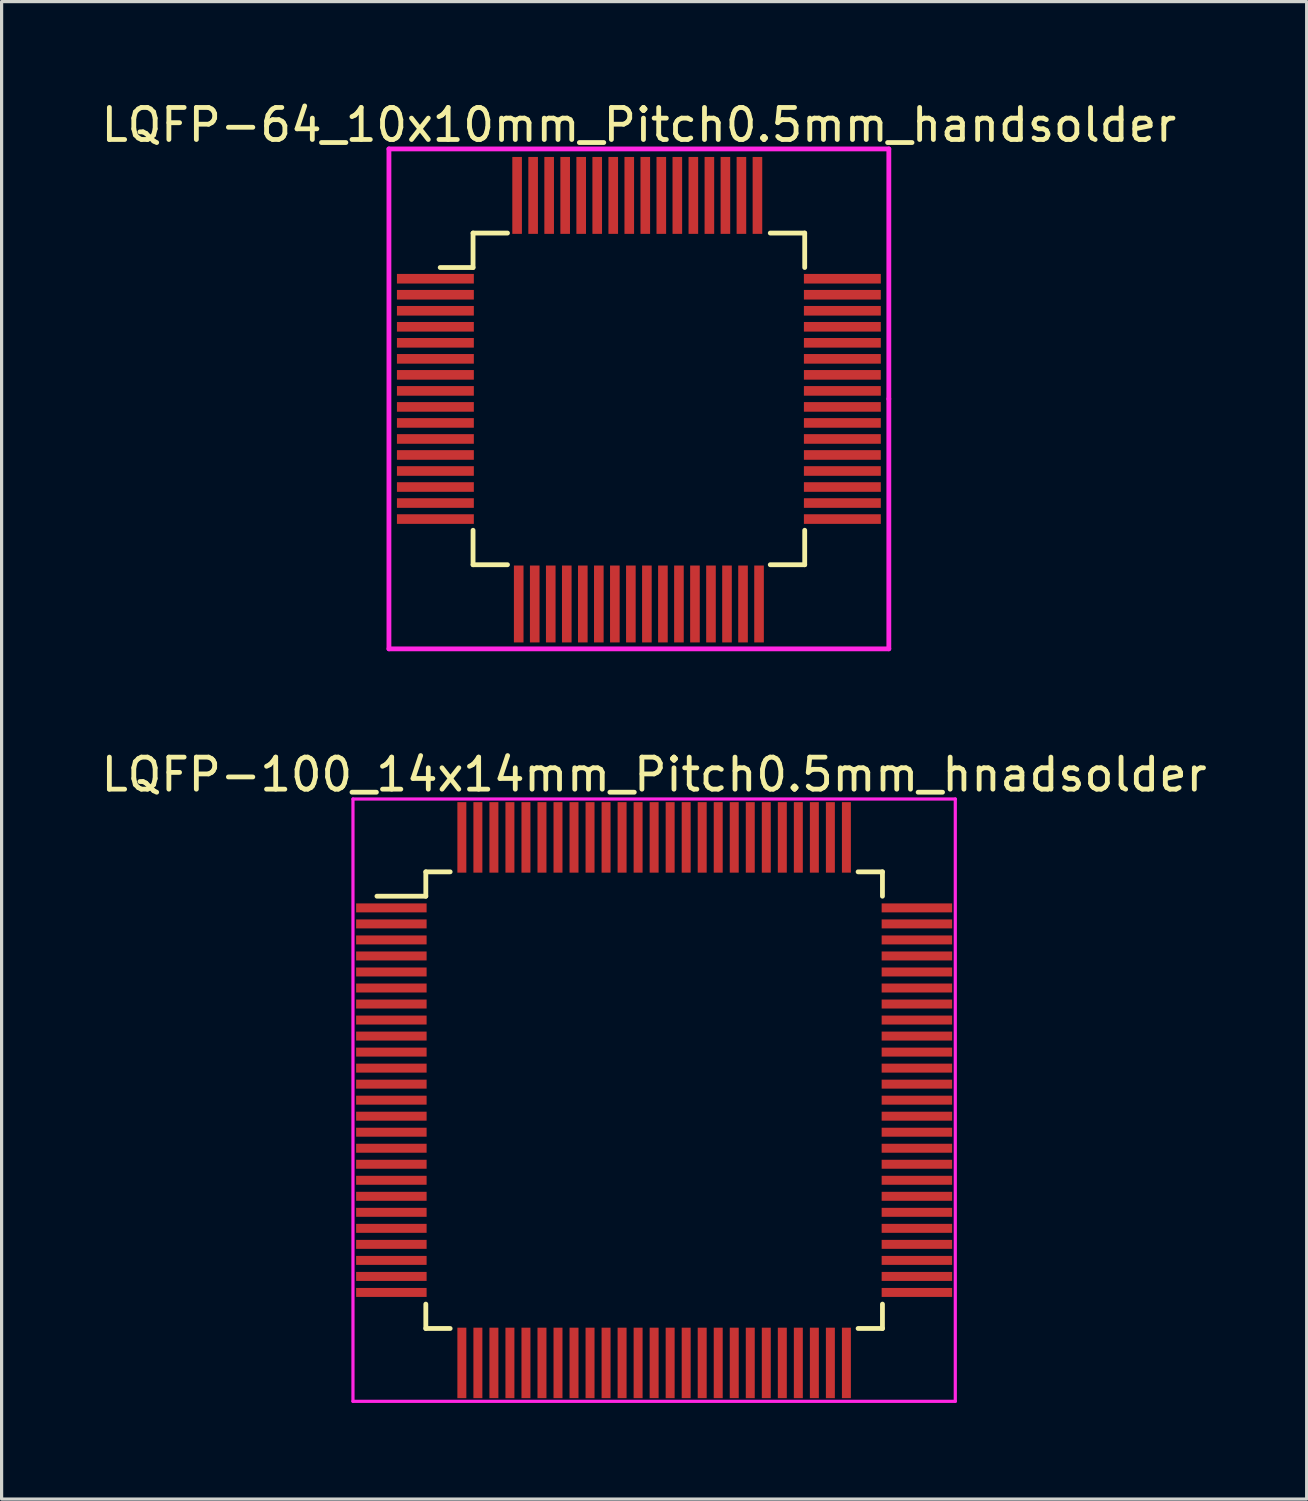
<source format=kicad_pcb>
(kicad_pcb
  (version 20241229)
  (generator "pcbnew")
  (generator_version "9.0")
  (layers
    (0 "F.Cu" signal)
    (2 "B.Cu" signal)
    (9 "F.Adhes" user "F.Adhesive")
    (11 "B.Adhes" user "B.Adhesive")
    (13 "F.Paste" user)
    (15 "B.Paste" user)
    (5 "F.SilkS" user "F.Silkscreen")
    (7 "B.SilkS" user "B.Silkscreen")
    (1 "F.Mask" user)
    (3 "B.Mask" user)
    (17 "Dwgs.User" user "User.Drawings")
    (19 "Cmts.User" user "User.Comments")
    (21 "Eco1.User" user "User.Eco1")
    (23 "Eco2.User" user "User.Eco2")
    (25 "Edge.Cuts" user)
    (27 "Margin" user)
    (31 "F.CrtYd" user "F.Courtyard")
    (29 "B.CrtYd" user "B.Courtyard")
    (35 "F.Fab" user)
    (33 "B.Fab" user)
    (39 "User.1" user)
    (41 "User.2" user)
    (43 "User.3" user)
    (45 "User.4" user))
  (footprint "LQFP-64_10x10mm_Pitch0.5mm_handsolder"
    (layer "F.Cu")
    (at 16.887 9.398)
    (property "Reference" "LQFP-64_10x10mm_Pitch0.5mm_handsolder" (at 0 -8.55 0) (layer "F.SilkS") (effects (font (size 1 1) (thickness 0.15))))
    (attr smd)
    (fp_line (start -5.175 -5.175) (end -5.175 -4.1) (stroke (width 0.15) (type solid)) (layer "F.SilkS"))
    (fp_line (start -5.175 -5.175) (end -4.1 -5.175) (stroke (width 0.15) (type solid)) (layer "F.SilkS"))
    (fp_line (start -5.175 -4.1) (end -6.2 -4.1) (stroke (width 0.15) (type solid)) (layer "F.SilkS"))
    (fp_line (start -5.175 5.175) (end -5.175 4.1) (stroke (width 0.15) (type solid)) (layer "F.SilkS"))
    (fp_line (start -5.175 5.175) (end -4.1 5.175) (stroke (width 0.15) (type solid)) (layer "F.SilkS"))
    (fp_line (start 5.175 -5.175) (end 4.1 -5.175) (stroke (width 0.15) (type solid)) (layer "F.SilkS"))
    (fp_line (start 5.175 -5.175) (end 5.175 -4.1) (stroke (width 0.15) (type solid)) (layer "F.SilkS"))
    (fp_line (start 5.175 5.175) (end 4.1 5.175) (stroke (width 0.15) (type solid)) (layer "F.SilkS"))
    (fp_line (start 5.175 5.175) (end 5.175 4.1) (stroke (width 0.15) (type solid)) (layer "F.SilkS"))
    (fp_line (start -7.8 -7.8) (end -7.8 7.8) (stroke (width 0.15) (type solid)) (layer "F.CrtYd"))
    (fp_line (start -7.8 7.8) (end 7.8 7.8) (stroke (width 0.15) (type solid)) (layer "F.CrtYd"))
    (fp_line (start 7.8 -7.8) (end -7.8 -7.8) (stroke (width 0.15) (type solid)) (layer "F.CrtYd"))
    (fp_line (start 7.8 0) (end 7.8 -7.8) (stroke (width 0.15) (type solid)) (layer "F.CrtYd"))
    (fp_line (start 7.8 7.8) (end 7.8 0) (stroke (width 0.15) (type solid)) (layer "F.CrtYd"))
    (pad "1" smd rect (at -6.35 -3.75) (size 2.4 0.3) (layers "F.Cu" "F.Mask" "F.Paste"))
    (pad "2" smd rect (at -6.35 -3.25) (size 2.4 0.3) (layers "F.Cu" "F.Mask" "F.Paste"))
    (pad "3" smd rect (at -6.35 -2.75) (size 2.4 0.3) (layers "F.Cu" "F.Mask" "F.Paste"))
    (pad "4" smd rect (at -6.35 -2.25) (size 2.4 0.3) (layers "F.Cu" "F.Mask" "F.Paste"))
    (pad "5" smd rect (at -6.35 -1.75) (size 2.4 0.3) (layers "F.Cu" "F.Mask" "F.Paste"))
    (pad "6" smd rect (at -6.35 -1.25) (size 2.4 0.3) (layers "F.Cu" "F.Mask" "F.Paste"))
    (pad "7" smd rect (at -6.35 -0.75) (size 2.4 0.3) (layers "F.Cu" "F.Mask" "F.Paste"))
    (pad "8" smd rect (at -6.35 -0.25) (size 2.4 0.3) (layers "F.Cu" "F.Mask" "F.Paste"))
    (pad "9" smd rect (at -6.35 0.25) (size 2.4 0.3) (layers "F.Cu" "F.Mask" "F.Paste"))
    (pad "10" smd rect (at -6.35 0.75) (size 2.4 0.3) (layers "F.Cu" "F.Mask" "F.Paste"))
    (pad "11" smd rect (at -6.35 1.25) (size 2.4 0.3) (layers "F.Cu" "F.Mask" "F.Paste"))
    (pad "12" smd rect (at -6.35 1.75) (size 2.4 0.3) (layers "F.Cu" "F.Mask" "F.Paste"))
    (pad "13" smd rect (at -6.35 2.25) (size 2.4 0.3) (layers "F.Cu" "F.Mask" "F.Paste"))
    (pad "14" smd rect (at -6.35 2.75) (size 2.4 0.3) (layers "F.Cu" "F.Mask" "F.Paste"))
    (pad "15" smd rect (at -6.35 3.25) (size 2.4 0.3) (layers "F.Cu" "F.Mask" "F.Paste"))
    (pad "16" smd rect (at -6.35 3.75) (size 2.4 0.3) (layers "F.Cu" "F.Mask" "F.Paste"))
    (pad "17" smd rect (at -3.75 6.4 90) (size 2.4 0.3) (layers "F.Cu" "F.Mask" "F.Paste"))
    (pad "18" smd rect (at -3.25 6.4 90) (size 2.4 0.3) (layers "F.Cu" "F.Mask" "F.Paste"))
    (pad "19" smd rect (at -2.75 6.4 90) (size 2.4 0.3) (layers "F.Cu" "F.Mask" "F.Paste"))
    (pad "20" smd rect (at -2.25 6.4 90) (size 2.4 0.3) (layers "F.Cu" "F.Mask" "F.Paste"))
    (pad "21" smd rect (at -1.75 6.4 90) (size 2.4 0.3) (layers "F.Cu" "F.Mask" "F.Paste"))
    (pad "22" smd rect (at -1.25 6.4 90) (size 2.4 0.3) (layers "F.Cu" "F.Mask" "F.Paste"))
    (pad "23" smd rect (at -0.75 6.4 90) (size 2.4 0.3) (layers "F.Cu" "F.Mask" "F.Paste"))
    (pad "24" smd rect (at -0.25 6.4 90) (size 2.4 0.3) (layers "F.Cu" "F.Mask" "F.Paste"))
    (pad "25" smd rect (at 0.25 6.4 90) (size 2.4 0.3) (layers "F.Cu" "F.Mask" "F.Paste"))
    (pad "26" smd rect (at 0.75 6.4 90) (size 2.4 0.3) (layers "F.Cu" "F.Mask" "F.Paste"))
    (pad "27" smd rect (at 1.25 6.4 90) (size 2.4 0.3) (layers "F.Cu" "F.Mask" "F.Paste"))
    (pad "28" smd rect (at 1.75 6.4 90) (size 2.4 0.3) (layers "F.Cu" "F.Mask" "F.Paste"))
    (pad "29" smd rect (at 2.25 6.4 90) (size 2.4 0.3) (layers "F.Cu" "F.Mask" "F.Paste"))
    (pad "30" smd rect (at 2.75 6.4 90) (size 2.4 0.3) (layers "F.Cu" "F.Mask" "F.Paste"))
    (pad "31" smd rect (at 3.25 6.4 90) (size 2.4 0.3) (layers "F.Cu" "F.Mask" "F.Paste"))
    (pad "32" smd rect (at 3.75 6.4 90) (size 2.4 0.3) (layers "F.Cu" "F.Mask" "F.Paste"))
    (pad "33" smd rect (at 6.35 3.75) (size 2.4 0.3) (layers "F.Cu" "F.Mask" "F.Paste"))
    (pad "34" smd rect (at 6.35 3.25) (size 2.4 0.3) (layers "F.Cu" "F.Mask" "F.Paste"))
    (pad "35" smd rect (at 6.35 2.75) (size 2.4 0.3) (layers "F.Cu" "F.Mask" "F.Paste"))
    (pad "36" smd rect (at 6.35 2.25) (size 2.4 0.3) (layers "F.Cu" "F.Mask" "F.Paste"))
    (pad "37" smd rect (at 6.35 1.75) (size 2.4 0.3) (layers "F.Cu" "F.Mask" "F.Paste"))
    (pad "38" smd rect (at 6.35 1.25) (size 2.4 0.3) (layers "F.Cu" "F.Mask" "F.Paste"))
    (pad "39" smd rect (at 6.35 0.75) (size 2.4 0.3) (layers "F.Cu" "F.Mask" "F.Paste"))
    (pad "40" smd rect (at 6.35 0.25) (size 2.4 0.3) (layers "F.Cu" "F.Mask" "F.Paste"))
    (pad "41" smd rect (at 6.35 -0.25) (size 2.4 0.3) (layers "F.Cu" "F.Mask" "F.Paste"))
    (pad "42" smd rect (at 6.35 -0.75) (size 2.4 0.3) (layers "F.Cu" "F.Mask" "F.Paste"))
    (pad "43" smd rect (at 6.35 -1.25) (size 2.4 0.3) (layers "F.Cu" "F.Mask" "F.Paste"))
    (pad "44" smd rect (at 6.35 -1.75) (size 2.4 0.3) (layers "F.Cu" "F.Mask" "F.Paste"))
    (pad "45" smd rect (at 6.35 -2.25) (size 2.4 0.3) (layers "F.Cu" "F.Mask" "F.Paste"))
    (pad "46" smd rect (at 6.35 -2.75) (size 2.4 0.3) (layers "F.Cu" "F.Mask" "F.Paste"))
    (pad "47" smd rect (at 6.35 -3.25) (size 2.4 0.3) (layers "F.Cu" "F.Mask" "F.Paste"))
    (pad "48" smd rect (at 6.35 -3.75) (size 2.4 0.3) (layers "F.Cu" "F.Mask" "F.Paste"))
    (pad "49" smd rect (at 3.7 -6.35 90) (size 2.4 0.3) (layers "F.Cu" "F.Mask" "F.Paste"))
    (pad "50" smd rect (at 3.2 -6.35 90) (size 2.4 0.3) (layers "F.Cu" "F.Mask" "F.Paste"))
    (pad "51" smd rect (at 2.7 -6.35 90) (size 2.4 0.3) (layers "F.Cu" "F.Mask" "F.Paste"))
    (pad "52" smd rect (at 2.2 -6.35 90) (size 2.4 0.3) (layers "F.Cu" "F.Mask" "F.Paste"))
    (pad "53" smd rect (at 1.7 -6.35 90) (size 2.4 0.3) (layers "F.Cu" "F.Mask" "F.Paste"))
    (pad "54" smd rect (at 1.2 -6.35 90) (size 2.4 0.3) (layers "F.Cu" "F.Mask" "F.Paste"))
    (pad "55" smd rect (at 0.7 -6.35 90) (size 2.4 0.3) (layers "F.Cu" "F.Mask" "F.Paste"))
    (pad "56" smd rect (at 0.2 -6.35 90) (size 2.4 0.3) (layers "F.Cu" "F.Mask" "F.Paste"))
    (pad "57" smd rect (at -0.3 -6.35 90) (size 2.4 0.3) (layers "F.Cu" "F.Mask" "F.Paste"))
    (pad "58" smd rect (at -0.8 -6.35 90) (size 2.4 0.3) (layers "F.Cu" "F.Mask" "F.Paste"))
    (pad "59" smd rect (at -1.3 -6.35 90) (size 2.4 0.3) (layers "F.Cu" "F.Mask" "F.Paste"))
    (pad "60" smd rect (at -1.8 -6.35 90) (size 2.4 0.3) (layers "F.Cu" "F.Mask" "F.Paste"))
    (pad "61" smd rect (at -2.3 -6.35 90) (size 2.4 0.3) (layers "F.Cu" "F.Mask" "F.Paste"))
    (pad "62" smd rect (at -2.8 -6.35 90) (size 2.4 0.3) (layers "F.Cu" "F.Mask" "F.Paste"))
    (pad "63" smd rect (at -3.3 -6.35 90) (size 2.4 0.3) (layers "F.Cu" "F.Mask" "F.Paste"))
    (pad "64" smd rect (at -3.8 -6.35 90) (size 2.4 0.3) (layers "F.Cu" "F.Mask" "F.Paste")))
  (footprint "LQFP-100_14x14mm_Pitch0.5mm_hnadsolder"
    (layer "F.Cu")
    (at 17.363 31.282)
    (property "Reference" "LQFP-100_14x14mm_Pitch0.5mm_hnadsolder" (at 0 -10.16 0) (layer "F.SilkS") (effects (font (size 1 1) (thickness 0.15))))
    (attr smd)
    (fp_line (start -7.125 -7.125) (end -7.125 -6.365) (stroke (width 0.15) (type solid)) (layer "F.SilkS"))
    (fp_line (start -7.125 -7.125) (end -6.365 -7.125) (stroke (width 0.15) (type solid)) (layer "F.SilkS"))
    (fp_line (start -7.125 -6.365) (end -8.65 -6.365) (stroke (width 0.15) (type solid)) (layer "F.SilkS"))
    (fp_line (start -7.125 7.125) (end -7.125 6.365) (stroke (width 0.15) (type solid)) (layer "F.SilkS"))
    (fp_line (start -7.125 7.125) (end -6.365 7.125) (stroke (width 0.15) (type solid)) (layer "F.SilkS"))
    (fp_line (start 7.125 -7.125) (end 6.365 -7.125) (stroke (width 0.15) (type solid)) (layer "F.SilkS"))
    (fp_line (start 7.125 -7.125) (end 7.125 -6.365) (stroke (width 0.15) (type solid)) (layer "F.SilkS"))
    (fp_line (start 7.125 7.125) (end 6.365 7.125) (stroke (width 0.15) (type solid)) (layer "F.SilkS"))
    (fp_line (start 7.125 7.125) (end 7.125 6.365) (stroke (width 0.15) (type solid)) (layer "F.SilkS"))
    (fp_line (start -9.398 -9.398) (end -9.398 9.398) (stroke (width 0.1) (type solid)) (layer "F.CrtYd"))
    (fp_line (start -9.398 9.398) (end 9.398 9.398) (stroke (width 0.1) (type solid)) (layer "F.CrtYd"))
    (fp_line (start 9.398 -9.398) (end -9.398 -9.398) (stroke (width 0.1) (type solid)) (layer "F.CrtYd"))
    (fp_line (start 9.398 9.398) (end 9.398 -9.398) (stroke (width 0.1) (type solid)) (layer "F.CrtYd"))
    (pad "1" smd rect (at -8.2 -6) (size 2.2 0.28) (layers "F.Cu" "F.Mask" "F.Paste"))
    (pad "2" smd rect (at -8.2 -5.5) (size 2.2 0.28) (layers "F.Cu" "F.Mask" "F.Paste"))
    (pad "3" smd rect (at -8.2 -5) (size 2.2 0.28) (layers "F.Cu" "F.Mask" "F.Paste"))
    (pad "4" smd rect (at -8.2 -4.5) (size 2.2 0.28) (layers "F.Cu" "F.Mask" "F.Paste"))
    (pad "5" smd rect (at -8.2 -4) (size 2.2 0.28) (layers "F.Cu" "F.Mask" "F.Paste"))
    (pad "6" smd rect (at -8.2 -3.5) (size 2.2 0.28) (layers "F.Cu" "F.Mask" "F.Paste"))
    (pad "7" smd rect (at -8.2 -3) (size 2.2 0.28) (layers "F.Cu" "F.Mask" "F.Paste"))
    (pad "8" smd rect (at -8.2 -2.5) (size 2.2 0.28) (layers "F.Cu" "F.Mask" "F.Paste"))
    (pad "9" smd rect (at -8.2 -2) (size 2.2 0.28) (layers "F.Cu" "F.Mask" "F.Paste"))
    (pad "10" smd rect (at -8.2 -1.5) (size 2.2 0.28) (layers "F.Cu" "F.Mask" "F.Paste"))
    (pad "11" smd rect (at -8.2 -1) (size 2.2 0.28) (layers "F.Cu" "F.Mask" "F.Paste"))
    (pad "12" smd rect (at -8.2 -0.5) (size 2.2 0.28) (layers "F.Cu" "F.Mask" "F.Paste"))
    (pad "13" smd rect (at -8.2 0) (size 2.2 0.28) (layers "F.Cu" "F.Mask" "F.Paste"))
    (pad "14" smd rect (at -8.2 0.5) (size 2.2 0.28) (layers "F.Cu" "F.Mask" "F.Paste"))
    (pad "15" smd rect (at -8.2 1) (size 2.2 0.28) (layers "F.Cu" "F.Mask" "F.Paste"))
    (pad "16" smd rect (at -8.2 1.5) (size 2.2 0.28) (layers "F.Cu" "F.Mask" "F.Paste"))
    (pad "17" smd rect (at -8.2 2) (size 2.2 0.28) (layers "F.Cu" "F.Mask" "F.Paste"))
    (pad "18" smd rect (at -8.2 2.5) (size 2.2 0.28) (layers "F.Cu" "F.Mask" "F.Paste"))
    (pad "19" smd rect (at -8.2 3) (size 2.2 0.28) (layers "F.Cu" "F.Mask" "F.Paste"))
    (pad "20" smd rect (at -8.2 3.5) (size 2.2 0.28) (layers "F.Cu" "F.Mask" "F.Paste"))
    (pad "21" smd rect (at -8.2 4) (size 2.2 0.28) (layers "F.Cu" "F.Mask" "F.Paste"))
    (pad "22" smd rect (at -8.2 4.5) (size 2.2 0.28) (layers "F.Cu" "F.Mask" "F.Paste"))
    (pad "23" smd rect (at -8.2 5) (size 2.2 0.28) (layers "F.Cu" "F.Mask" "F.Paste"))
    (pad "24" smd rect (at -8.2 5.5) (size 2.2 0.28) (layers "F.Cu" "F.Mask" "F.Paste"))
    (pad "25" smd rect (at -8.2 6) (size 2.2 0.28) (layers "F.Cu" "F.Mask" "F.Paste"))
    (pad "26" smd rect (at -6 8.2 90) (size 2.2 0.28) (layers "F.Cu" "F.Mask" "F.Paste"))
    (pad "27" smd rect (at -5.5 8.2 90) (size 2.2 0.28) (layers "F.Cu" "F.Mask" "F.Paste"))
    (pad "28" smd rect (at -5 8.2 90) (size 2.2 0.28) (layers "F.Cu" "F.Mask" "F.Paste"))
    (pad "29" smd rect (at -4.5 8.2 90) (size 2.2 0.28) (layers "F.Cu" "F.Mask" "F.Paste"))
    (pad "30" smd rect (at -4 8.2 90) (size 2.2 0.28) (layers "F.Cu" "F.Mask" "F.Paste"))
    (pad "31" smd rect (at -3.5 8.2 90) (size 2.2 0.28) (layers "F.Cu" "F.Mask" "F.Paste"))
    (pad "32" smd rect (at -3 8.2 90) (size 2.2 0.28) (layers "F.Cu" "F.Mask" "F.Paste"))
    (pad "33" smd rect (at -2.5 8.2 90) (size 2.2 0.28) (layers "F.Cu" "F.Mask" "F.Paste"))
    (pad "34" smd rect (at -2 8.2 90) (size 2.2 0.28) (layers "F.Cu" "F.Mask" "F.Paste"))
    (pad "35" smd rect (at -1.5 8.2 90) (size 2.2 0.28) (layers "F.Cu" "F.Mask" "F.Paste"))
    (pad "36" smd rect (at -1 8.2 90) (size 2.2 0.28) (layers "F.Cu" "F.Mask" "F.Paste"))
    (pad "37" smd rect (at -0.5 8.2 90) (size 2.2 0.28) (layers "F.Cu" "F.Mask" "F.Paste"))
    (pad "38" smd rect (at 0 8.2 90) (size 2.2 0.28) (layers "F.Cu" "F.Mask" "F.Paste"))
    (pad "39" smd rect (at 0.5 8.2 90) (size 2.2 0.28) (layers "F.Cu" "F.Mask" "F.Paste"))
    (pad "40" smd rect (at 1 8.2 90) (size 2.2 0.28) (layers "F.Cu" "F.Mask" "F.Paste"))
    (pad "41" smd rect (at 1.5 8.2 90) (size 2.2 0.28) (layers "F.Cu" "F.Mask" "F.Paste"))
    (pad "42" smd rect (at 2 8.2 90) (size 2.2 0.28) (layers "F.Cu" "F.Mask" "F.Paste"))
    (pad "43" smd rect (at 2.5 8.2 90) (size 2.2 0.28) (layers "F.Cu" "F.Mask" "F.Paste"))
    (pad "44" smd rect (at 3 8.2 90) (size 2.2 0.28) (layers "F.Cu" "F.Mask" "F.Paste"))
    (pad "45" smd rect (at 3.5 8.2 90) (size 2.2 0.28) (layers "F.Cu" "F.Mask" "F.Paste"))
    (pad "46" smd rect (at 4 8.2 90) (size 2.2 0.28) (layers "F.Cu" "F.Mask" "F.Paste"))
    (pad "47" smd rect (at 4.5 8.2 90) (size 2.2 0.28) (layers "F.Cu" "F.Mask" "F.Paste"))
    (pad "48" smd rect (at 5 8.2 90) (size 2.2 0.28) (layers "F.Cu" "F.Mask" "F.Paste"))
    (pad "49" smd rect (at 5.5 8.2 90) (size 2.2 0.28) (layers "F.Cu" "F.Mask" "F.Paste"))
    (pad "50" smd rect (at 6 8.2 90) (size 2.2 0.28) (layers "F.Cu" "F.Mask" "F.Paste"))
    (pad "51" smd rect (at 8.2 6) (size 2.2 0.28) (layers "F.Cu" "F.Mask" "F.Paste"))
    (pad "52" smd rect (at 8.2 5.5) (size 2.2 0.28) (layers "F.Cu" "F.Mask" "F.Paste"))
    (pad "53" smd rect (at 8.2 5) (size 2.2 0.28) (layers "F.Cu" "F.Mask" "F.Paste"))
    (pad "54" smd rect (at 8.2 4.5) (size 2.2 0.28) (layers "F.Cu" "F.Mask" "F.Paste"))
    (pad "55" smd rect (at 8.2 4) (size 2.2 0.28) (layers "F.Cu" "F.Mask" "F.Paste"))
    (pad "56" smd rect (at 8.2 3.5) (size 2.2 0.28) (layers "F.Cu" "F.Mask" "F.Paste"))
    (pad "57" smd rect (at 8.2 3) (size 2.2 0.28) (layers "F.Cu" "F.Mask" "F.Paste"))
    (pad "58" smd rect (at 8.2 2.5) (size 2.2 0.28) (layers "F.Cu" "F.Mask" "F.Paste"))
    (pad "59" smd rect (at 8.2 2) (size 2.2 0.28) (layers "F.Cu" "F.Mask" "F.Paste"))
    (pad "60" smd rect (at 8.2 1.5) (size 2.2 0.28) (layers "F.Cu" "F.Mask" "F.Paste"))
    (pad "61" smd rect (at 8.2 1) (size 2.2 0.28) (layers "F.Cu" "F.Mask" "F.Paste"))
    (pad "62" smd rect (at 8.2 0.5) (size 2.2 0.28) (layers "F.Cu" "F.Mask" "F.Paste"))
    (pad "63" smd rect (at 8.2 0) (size 2.2 0.28) (layers "F.Cu" "F.Mask" "F.Paste"))
    (pad "64" smd rect (at 8.2 -0.5) (size 2.2 0.28) (layers "F.Cu" "F.Mask" "F.Paste"))
    (pad "65" smd rect (at 8.2 -1) (size 2.2 0.28) (layers "F.Cu" "F.Mask" "F.Paste"))
    (pad "66" smd rect (at 8.2 -1.5) (size 2.2 0.28) (layers "F.Cu" "F.Mask" "F.Paste"))
    (pad "67" smd rect (at 8.2 -2) (size 2.2 0.28) (layers "F.Cu" "F.Mask" "F.Paste"))
    (pad "68" smd rect (at 8.2 -2.5) (size 2.2 0.28) (layers "F.Cu" "F.Mask" "F.Paste"))
    (pad "69" smd rect (at 8.2 -3) (size 2.2 0.28) (layers "F.Cu" "F.Mask" "F.Paste"))
    (pad "70" smd rect (at 8.2 -3.5) (size 2.2 0.28) (layers "F.Cu" "F.Mask" "F.Paste"))
    (pad "71" smd rect (at 8.2 -4) (size 2.2 0.28) (layers "F.Cu" "F.Mask" "F.Paste"))
    (pad "72" smd rect (at 8.2 -4.5) (size 2.2 0.28) (layers "F.Cu" "F.Mask" "F.Paste"))
    (pad "73" smd rect (at 8.2 -5) (size 2.2 0.28) (layers "F.Cu" "F.Mask" "F.Paste"))
    (pad "74" smd rect (at 8.2 -5.5) (size 2.2 0.28) (layers "F.Cu" "F.Mask" "F.Paste"))
    (pad "75" smd rect (at 8.2 -6) (size 2.2 0.28) (layers "F.Cu" "F.Mask" "F.Paste"))
    (pad "76" smd rect (at 6 -8.2 90) (size 2.2 0.28) (layers "F.Cu" "F.Mask" "F.Paste"))
    (pad "77" smd rect (at 5.5 -8.2 90) (size 2.2 0.28) (layers "F.Cu" "F.Mask" "F.Paste"))
    (pad "78" smd rect (at 5 -8.2 90) (size 2.2 0.28) (layers "F.Cu" "F.Mask" "F.Paste"))
    (pad "79" smd rect (at 4.5 -8.2 90) (size 2.2 0.28) (layers "F.Cu" "F.Mask" "F.Paste"))
    (pad "80" smd rect (at 4 -8.2 90) (size 2.2 0.28) (layers "F.Cu" "F.Mask" "F.Paste"))
    (pad "81" smd rect (at 3.5 -8.2 90) (size 2.2 0.28) (layers "F.Cu" "F.Mask" "F.Paste"))
    (pad "82" smd rect (at 3 -8.2 90) (size 2.2 0.28) (layers "F.Cu" "F.Mask" "F.Paste"))
    (pad "83" smd rect (at 2.5 -8.2 90) (size 2.2 0.28) (layers "F.Cu" "F.Mask" "F.Paste"))
    (pad "84" smd rect (at 2 -8.2 90) (size 2.2 0.28) (layers "F.Cu" "F.Mask" "F.Paste"))
    (pad "85" smd rect (at 1.5 -8.2 90) (size 2.2 0.28) (layers "F.Cu" "F.Mask" "F.Paste"))
    (pad "86" smd rect (at 1 -8.2 90) (size 2.2 0.28) (layers "F.Cu" "F.Mask" "F.Paste"))
    (pad "87" smd rect (at 0.5 -8.2 90) (size 2.2 0.28) (layers "F.Cu" "F.Mask" "F.Paste"))
    (pad "88" smd rect (at 0 -8.2 90) (size 2.2 0.28) (layers "F.Cu" "F.Mask" "F.Paste"))
    (pad "89" smd rect (at -0.5 -8.2 90) (size 2.2 0.28) (layers "F.Cu" "F.Mask" "F.Paste"))
    (pad "90" smd rect (at -1 -8.2 90) (size 2.2 0.28) (layers "F.Cu" "F.Mask" "F.Paste"))
    (pad "91" smd rect (at -1.5 -8.2 90) (size 2.2 0.28) (layers "F.Cu" "F.Mask" "F.Paste"))
    (pad "92" smd rect (at -2 -8.2 90) (size 2.2 0.28) (layers "F.Cu" "F.Mask" "F.Paste"))
    (pad "93" smd rect (at -2.5 -8.2 90) (size 2.2 0.28) (layers "F.Cu" "F.Mask" "F.Paste"))
    (pad "94" smd rect (at -3 -8.2 90) (size 2.2 0.28) (layers "F.Cu" "F.Mask" "F.Paste"))
    (pad "95" smd rect (at -3.5 -8.2 90) (size 2.2 0.28) (layers "F.Cu" "F.Mask" "F.Paste"))
    (pad "96" smd rect (at -4 -8.2 90) (size 2.2 0.28) (layers "F.Cu" "F.Mask" "F.Paste"))
    (pad "97" smd rect (at -4.5 -8.2 90) (size 2.2 0.28) (layers "F.Cu" "F.Mask" "F.Paste"))
    (pad "98" smd rect (at -5 -8.2 90) (size 2.2 0.28) (layers "F.Cu" "F.Mask" "F.Paste"))
    (pad "99" smd rect (at -5.5 -8.2 90) (size 2.2 0.28) (layers "F.Cu" "F.Mask" "F.Paste"))
    (pad "100" smd rect (at -6 -8.2 90) (size 2.2 0.28) (layers "F.Cu" "F.Mask" "F.Paste")))
  (gr_rect
    (start -3 -3)
    (end 37.726 43.73)
    (stroke (width 0.1) (type default))
    (fill no)
    (layer "Edge.Cuts")))
</source>
